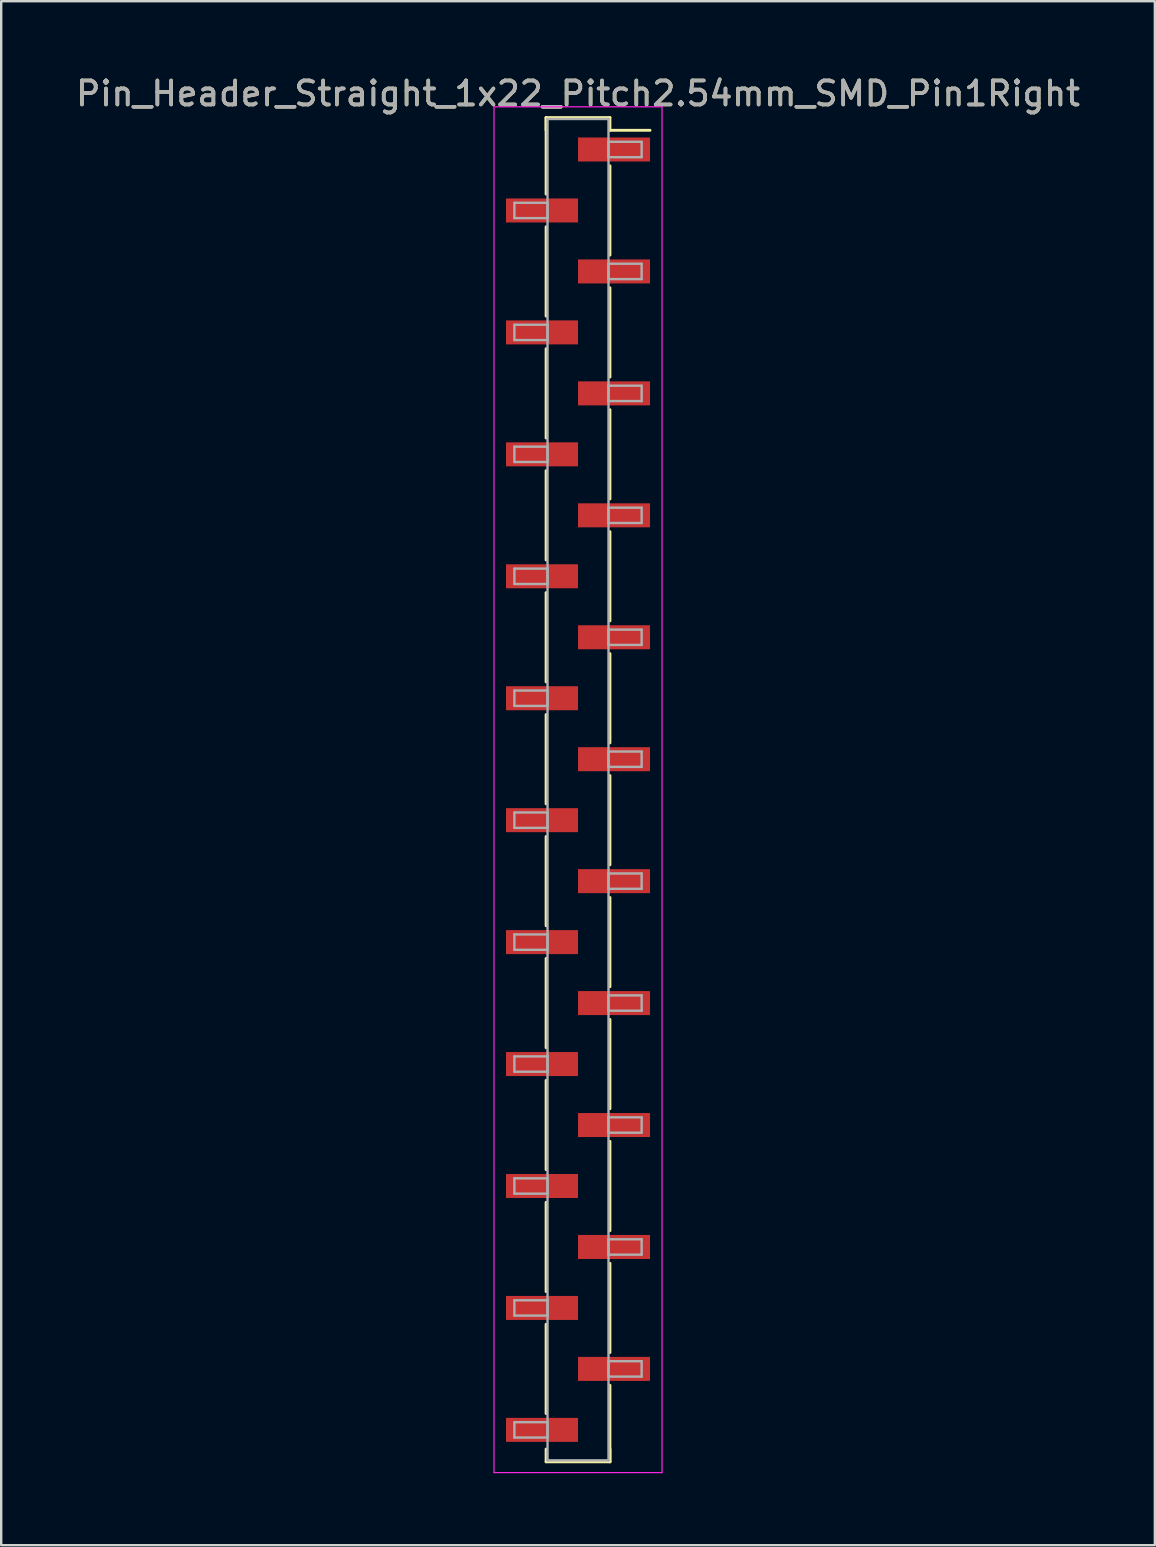
<source format=kicad_pcb>
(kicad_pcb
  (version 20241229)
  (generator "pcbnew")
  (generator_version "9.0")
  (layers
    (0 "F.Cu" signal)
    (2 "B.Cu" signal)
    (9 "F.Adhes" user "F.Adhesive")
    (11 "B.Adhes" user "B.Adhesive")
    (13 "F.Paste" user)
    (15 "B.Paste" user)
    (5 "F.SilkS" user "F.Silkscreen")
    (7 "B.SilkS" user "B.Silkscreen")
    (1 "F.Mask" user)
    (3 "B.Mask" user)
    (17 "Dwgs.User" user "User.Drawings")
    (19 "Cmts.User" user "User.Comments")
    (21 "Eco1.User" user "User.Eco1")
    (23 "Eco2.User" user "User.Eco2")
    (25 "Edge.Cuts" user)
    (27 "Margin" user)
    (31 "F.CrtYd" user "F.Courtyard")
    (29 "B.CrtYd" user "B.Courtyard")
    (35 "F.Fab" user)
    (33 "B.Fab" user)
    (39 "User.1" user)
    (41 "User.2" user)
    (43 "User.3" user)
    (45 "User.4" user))
  (footprint "Pin_Header_Straight_1x22_Pitch2.54mm_SMD_Pin1Right"
    (layer "F.Cu")
    (at 21.03 29.848)
    (property "Reference" "Pin_Header_Straight_1x22_Pitch2.54mm_SMD_Pin1Right" (at 0 -29 0) (layer "F.SilkS") (effects (font (size 1 1) (thickness 0.15))))
    (attr smd)
    (fp_line (start -1.33 -28) (end -1.33 -24.81) (stroke (width 0.12) (type solid)) (layer "F.SilkS"))
    (fp_line (start -1.33 -28) (end 1.33 -28) (stroke (width 0.12) (type solid)) (layer "F.SilkS"))
    (fp_line (start -1.33 -27.47) (end -1.33 -28) (stroke (width 0.12) (type solid)) (layer "F.SilkS"))
    (fp_line (start -1.33 -23.45) (end -1.33 -19.73) (stroke (width 0.12) (type solid)) (layer "F.SilkS"))
    (fp_line (start -1.33 -18.37) (end -1.33 -14.65) (stroke (width 0.12) (type solid)) (layer "F.SilkS"))
    (fp_line (start -1.33 -13.29) (end -1.33 -9.57) (stroke (width 0.12) (type solid)) (layer "F.SilkS"))
    (fp_line (start -1.33 -8.21) (end -1.33 -4.49) (stroke (width 0.12) (type solid)) (layer "F.SilkS"))
    (fp_line (start -1.33 -3.13) (end -1.33 0.59) (stroke (width 0.12) (type solid)) (layer "F.SilkS"))
    (fp_line (start -1.33 1.95) (end -1.33 5.67) (stroke (width 0.12) (type solid)) (layer "F.SilkS"))
    (fp_line (start -1.33 7.03) (end -1.33 10.75) (stroke (width 0.12) (type solid)) (layer "F.SilkS"))
    (fp_line (start -1.33 12.11) (end -1.33 15.83) (stroke (width 0.12) (type solid)) (layer "F.SilkS"))
    (fp_line (start -1.33 17.19) (end -1.33 20.91) (stroke (width 0.12) (type solid)) (layer "F.SilkS"))
    (fp_line (start -1.33 22.27) (end -1.33 25.99) (stroke (width 0.12) (type solid)) (layer "F.SilkS"))
    (fp_line (start -1.33 27.47) (end -1.33 28) (stroke (width 0.12) (type solid)) (layer "F.SilkS"))
    (fp_line (start -1.33 28) (end 1.33 28) (stroke (width 0.12) (type solid)) (layer "F.SilkS"))
    (fp_line (start 1.33 -28) (end 1.33 -27.47) (stroke (width 0.12) (type solid)) (layer "F.SilkS"))
    (fp_line (start 1.33 -27.47) (end 3 -27.47) (stroke (width 0.12) (type solid)) (layer "F.SilkS"))
    (fp_line (start 1.33 -25.99) (end 1.33 -22.27) (stroke (width 0.12) (type solid)) (layer "F.SilkS"))
    (fp_line (start 1.33 -20.91) (end 1.33 -17.19) (stroke (width 0.12) (type solid)) (layer "F.SilkS"))
    (fp_line (start 1.33 -15.83) (end 1.33 -12.11) (stroke (width 0.12) (type solid)) (layer "F.SilkS"))
    (fp_line (start 1.33 -10.75) (end 1.33 -7.03) (stroke (width 0.12) (type solid)) (layer "F.SilkS"))
    (fp_line (start 1.33 -5.67) (end 1.33 -1.95) (stroke (width 0.12) (type solid)) (layer "F.SilkS"))
    (fp_line (start 1.33 -0.59) (end 1.33 3.13) (stroke (width 0.12) (type solid)) (layer "F.SilkS"))
    (fp_line (start 1.33 4.49) (end 1.33 8.21) (stroke (width 0.12) (type solid)) (layer "F.SilkS"))
    (fp_line (start 1.33 9.57) (end 1.33 13.29) (stroke (width 0.12) (type solid)) (layer "F.SilkS"))
    (fp_line (start 1.33 14.65) (end 1.33 18.37) (stroke (width 0.12) (type solid)) (layer "F.SilkS"))
    (fp_line (start 1.33 19.73) (end 1.33 23.45) (stroke (width 0.12) (type solid)) (layer "F.SilkS"))
    (fp_line (start 1.33 24.81) (end 1.33 28) (stroke (width 0.12) (type solid)) (layer "F.SilkS"))
    (fp_line (start 1.33 28) (end 1.33 27.47) (stroke (width 0.12) (type solid)) (layer "F.SilkS"))
    (fp_line (start -3.5 -28.45) (end -3.5 28.45) (stroke (width 0.05) (type solid)) (layer "F.CrtYd"))
    (fp_line (start -3.5 28.45) (end 3.5 28.45) (stroke (width 0.05) (type solid)) (layer "F.CrtYd"))
    (fp_line (start 3.5 -28.45) (end -3.5 -28.45) (stroke (width 0.05) (type solid)) (layer "F.CrtYd"))
    (fp_line (start 3.5 28.45) (end 3.5 -28.45) (stroke (width 0.05) (type solid)) (layer "F.CrtYd"))
    (fp_line (start -2.65 -24.45) (end -1.27 -24.45) (stroke (width 0.1) (type solid)) (layer "F.Fab"))
    (fp_line (start -2.65 -23.81) (end -2.65 -24.45) (stroke (width 0.1) (type solid)) (layer "F.Fab"))
    (fp_line (start -2.65 -19.37) (end -1.27 -19.37) (stroke (width 0.1) (type solid)) (layer "F.Fab"))
    (fp_line (start -2.65 -18.73) (end -2.65 -19.37) (stroke (width 0.1) (type solid)) (layer "F.Fab"))
    (fp_line (start -2.65 -14.29) (end -1.27 -14.29) (stroke (width 0.1) (type solid)) (layer "F.Fab"))
    (fp_line (start -2.65 -13.65) (end -2.65 -14.29) (stroke (width 0.1) (type solid)) (layer "F.Fab"))
    (fp_line (start -2.65 -9.21) (end -1.27 -9.21) (stroke (width 0.1) (type solid)) (layer "F.Fab"))
    (fp_line (start -2.65 -8.57) (end -2.65 -9.21) (stroke (width 0.1) (type solid)) (layer "F.Fab"))
    (fp_line (start -2.65 -4.13) (end -1.27 -4.13) (stroke (width 0.1) (type solid)) (layer "F.Fab"))
    (fp_line (start -2.65 -3.49) (end -2.65 -4.13) (stroke (width 0.1) (type solid)) (layer "F.Fab"))
    (fp_line (start -2.65 0.95) (end -1.27 0.95) (stroke (width 0.1) (type solid)) (layer "F.Fab"))
    (fp_line (start -2.65 1.59) (end -2.65 0.95) (stroke (width 0.1) (type solid)) (layer "F.Fab"))
    (fp_line (start -2.65 6.03) (end -1.27 6.03) (stroke (width 0.1) (type solid)) (layer "F.Fab"))
    (fp_line (start -2.65 6.67) (end -2.65 6.03) (stroke (width 0.1) (type solid)) (layer "F.Fab"))
    (fp_line (start -2.65 11.11) (end -1.27 11.11) (stroke (width 0.1) (type solid)) (layer "F.Fab"))
    (fp_line (start -2.65 11.75) (end -2.65 11.11) (stroke (width 0.1) (type solid)) (layer "F.Fab"))
    (fp_line (start -2.65 16.19) (end -1.27 16.19) (stroke (width 0.1) (type solid)) (layer "F.Fab"))
    (fp_line (start -2.65 16.83) (end -2.65 16.19) (stroke (width 0.1) (type solid)) (layer "F.Fab"))
    (fp_line (start -2.65 21.27) (end -1.27 21.27) (stroke (width 0.1) (type solid)) (layer "F.Fab"))
    (fp_line (start -2.65 21.91) (end -2.65 21.27) (stroke (width 0.1) (type solid)) (layer "F.Fab"))
    (fp_line (start -2.65 26.35) (end -1.27 26.35) (stroke (width 0.1) (type solid)) (layer "F.Fab"))
    (fp_line (start -2.65 26.99) (end -2.65 26.35) (stroke (width 0.1) (type solid)) (layer "F.Fab"))
    (fp_line (start -1.27 -27.94) (end -1.27 27.94) (stroke (width 0.1) (type solid)) (layer "F.Fab"))
    (fp_line (start -1.27 -24.45) (end -1.27 -23.81) (stroke (width 0.1) (type solid)) (layer "F.Fab"))
    (fp_line (start -1.27 -23.81) (end -2.65 -23.81) (stroke (width 0.1) (type solid)) (layer "F.Fab"))
    (fp_line (start -1.27 -19.37) (end -1.27 -18.73) (stroke (width 0.1) (type solid)) (layer "F.Fab"))
    (fp_line (start -1.27 -18.73) (end -2.65 -18.73) (stroke (width 0.1) (type solid)) (layer "F.Fab"))
    (fp_line (start -1.27 -14.29) (end -1.27 -13.65) (stroke (width 0.1) (type solid)) (layer "F.Fab"))
    (fp_line (start -1.27 -13.65) (end -2.65 -13.65) (stroke (width 0.1) (type solid)) (layer "F.Fab"))
    (fp_line (start -1.27 -9.21) (end -1.27 -8.57) (stroke (width 0.1) (type solid)) (layer "F.Fab"))
    (fp_line (start -1.27 -8.57) (end -2.65 -8.57) (stroke (width 0.1) (type solid)) (layer "F.Fab"))
    (fp_line (start -1.27 -4.13) (end -1.27 -3.49) (stroke (width 0.1) (type solid)) (layer "F.Fab"))
    (fp_line (start -1.27 -3.49) (end -2.65 -3.49) (stroke (width 0.1) (type solid)) (layer "F.Fab"))
    (fp_line (start -1.27 0.95) (end -1.27 1.59) (stroke (width 0.1) (type solid)) (layer "F.Fab"))
    (fp_line (start -1.27 1.59) (end -2.65 1.59) (stroke (width 0.1) (type solid)) (layer "F.Fab"))
    (fp_line (start -1.27 6.03) (end -1.27 6.67) (stroke (width 0.1) (type solid)) (layer "F.Fab"))
    (fp_line (start -1.27 6.67) (end -2.65 6.67) (stroke (width 0.1) (type solid)) (layer "F.Fab"))
    (fp_line (start -1.27 11.11) (end -1.27 11.75) (stroke (width 0.1) (type solid)) (layer "F.Fab"))
    (fp_line (start -1.27 11.75) (end -2.65 11.75) (stroke (width 0.1) (type solid)) (layer "F.Fab"))
    (fp_line (start -1.27 16.19) (end -1.27 16.83) (stroke (width 0.1) (type solid)) (layer "F.Fab"))
    (fp_line (start -1.27 16.83) (end -2.65 16.83) (stroke (width 0.1) (type solid)) (layer "F.Fab"))
    (fp_line (start -1.27 21.27) (end -1.27 21.91) (stroke (width 0.1) (type solid)) (layer "F.Fab"))
    (fp_line (start -1.27 21.91) (end -2.65 21.91) (stroke (width 0.1) (type solid)) (layer "F.Fab"))
    (fp_line (start -1.27 26.35) (end -1.27 26.99) (stroke (width 0.1) (type solid)) (layer "F.Fab"))
    (fp_line (start -1.27 26.99) (end -2.65 26.99) (stroke (width 0.1) (type solid)) (layer "F.Fab"))
    (fp_line (start -1.27 27.94) (end 1.27 27.94) (stroke (width 0.1) (type solid)) (layer "F.Fab"))
    (fp_line (start 1.27 -27.94) (end -1.27 -27.94) (stroke (width 0.1) (type solid)) (layer "F.Fab"))
    (fp_line (start 1.27 -26.99) (end 1.27 -26.35) (stroke (width 0.1) (type solid)) (layer "F.Fab"))
    (fp_line (start 1.27 -26.35) (end 2.65 -26.35) (stroke (width 0.1) (type solid)) (layer "F.Fab"))
    (fp_line (start 1.27 -21.91) (end 1.27 -21.27) (stroke (width 0.1) (type solid)) (layer "F.Fab"))
    (fp_line (start 1.27 -21.27) (end 2.65 -21.27) (stroke (width 0.1) (type solid)) (layer "F.Fab"))
    (fp_line (start 1.27 -16.83) (end 1.27 -16.19) (stroke (width 0.1) (type solid)) (layer "F.Fab"))
    (fp_line (start 1.27 -16.19) (end 2.65 -16.19) (stroke (width 0.1) (type solid)) (layer "F.Fab"))
    (fp_line (start 1.27 -11.75) (end 1.27 -11.11) (stroke (width 0.1) (type solid)) (layer "F.Fab"))
    (fp_line (start 1.27 -11.11) (end 2.65 -11.11) (stroke (width 0.1) (type solid)) (layer "F.Fab"))
    (fp_line (start 1.27 -6.67) (end 1.27 -6.03) (stroke (width 0.1) (type solid)) (layer "F.Fab"))
    (fp_line (start 1.27 -6.03) (end 2.65 -6.03) (stroke (width 0.1) (type solid)) (layer "F.Fab"))
    (fp_line (start 1.27 -1.59) (end 1.27 -0.95) (stroke (width 0.1) (type solid)) (layer "F.Fab"))
    (fp_line (start 1.27 -0.95) (end 2.65 -0.95) (stroke (width 0.1) (type solid)) (layer "F.Fab"))
    (fp_line (start 1.27 3.49) (end 1.27 4.13) (stroke (width 0.1) (type solid)) (layer "F.Fab"))
    (fp_line (start 1.27 4.13) (end 2.65 4.13) (stroke (width 0.1) (type solid)) (layer "F.Fab"))
    (fp_line (start 1.27 8.57) (end 1.27 9.21) (stroke (width 0.1) (type solid)) (layer "F.Fab"))
    (fp_line (start 1.27 9.21) (end 2.65 9.21) (stroke (width 0.1) (type solid)) (layer "F.Fab"))
    (fp_line (start 1.27 13.65) (end 1.27 14.29) (stroke (width 0.1) (type solid)) (layer "F.Fab"))
    (fp_line (start 1.27 14.29) (end 2.65 14.29) (stroke (width 0.1) (type solid)) (layer "F.Fab"))
    (fp_line (start 1.27 18.73) (end 1.27 19.37) (stroke (width 0.1) (type solid)) (layer "F.Fab"))
    (fp_line (start 1.27 19.37) (end 2.65 19.37) (stroke (width 0.1) (type solid)) (layer "F.Fab"))
    (fp_line (start 1.27 23.81) (end 1.27 24.45) (stroke (width 0.1) (type solid)) (layer "F.Fab"))
    (fp_line (start 1.27 24.45) (end 2.65 24.45) (stroke (width 0.1) (type solid)) (layer "F.Fab"))
    (fp_line (start 1.27 27.94) (end 1.27 -27.94) (stroke (width 0.1) (type solid)) (layer "F.Fab"))
    (fp_line (start 2.65 -26.99) (end 1.27 -26.99) (stroke (width 0.1) (type solid)) (layer "F.Fab"))
    (fp_line (start 2.65 -26.35) (end 2.65 -26.99) (stroke (width 0.1) (type solid)) (layer "F.Fab"))
    (fp_line (start 2.65 -21.91) (end 1.27 -21.91) (stroke (width 0.1) (type solid)) (layer "F.Fab"))
    (fp_line (start 2.65 -21.27) (end 2.65 -21.91) (stroke (width 0.1) (type solid)) (layer "F.Fab"))
    (fp_line (start 2.65 -16.83) (end 1.27 -16.83) (stroke (width 0.1) (type solid)) (layer "F.Fab"))
    (fp_line (start 2.65 -16.19) (end 2.65 -16.83) (stroke (width 0.1) (type solid)) (layer "F.Fab"))
    (fp_line (start 2.65 -11.75) (end 1.27 -11.75) (stroke (width 0.1) (type solid)) (layer "F.Fab"))
    (fp_line (start 2.65 -11.11) (end 2.65 -11.75) (stroke (width 0.1) (type solid)) (layer "F.Fab"))
    (fp_line (start 2.65 -6.67) (end 1.27 -6.67) (stroke (width 0.1) (type solid)) (layer "F.Fab"))
    (fp_line (start 2.65 -6.03) (end 2.65 -6.67) (stroke (width 0.1) (type solid)) (layer "F.Fab"))
    (fp_line (start 2.65 -1.59) (end 1.27 -1.59) (stroke (width 0.1) (type solid)) (layer "F.Fab"))
    (fp_line (start 2.65 -0.95) (end 2.65 -1.59) (stroke (width 0.1) (type solid)) (layer "F.Fab"))
    (fp_line (start 2.65 3.49) (end 1.27 3.49) (stroke (width 0.1) (type solid)) (layer "F.Fab"))
    (fp_line (start 2.65 4.13) (end 2.65 3.49) (stroke (width 0.1) (type solid)) (layer "F.Fab"))
    (fp_line (start 2.65 8.57) (end 1.27 8.57) (stroke (width 0.1) (type solid)) (layer "F.Fab"))
    (fp_line (start 2.65 9.21) (end 2.65 8.57) (stroke (width 0.1) (type solid)) (layer "F.Fab"))
    (fp_line (start 2.65 13.65) (end 1.27 13.65) (stroke (width 0.1) (type solid)) (layer "F.Fab"))
    (fp_line (start 2.65 14.29) (end 2.65 13.65) (stroke (width 0.1) (type solid)) (layer "F.Fab"))
    (fp_line (start 2.65 18.73) (end 1.27 18.73) (stroke (width 0.1) (type solid)) (layer "F.Fab"))
    (fp_line (start 2.65 19.37) (end 2.65 18.73) (stroke (width 0.1) (type solid)) (layer "F.Fab"))
    (fp_line (start 2.65 23.81) (end 1.27 23.81) (stroke (width 0.1) (type solid)) (layer "F.Fab"))
    (fp_line (start 2.65 24.45) (end 2.65 23.81) (stroke (width 0.1) (type solid)) (layer "F.Fab"))
    (fp_text user "${REFERENCE}" (at 0 -29 0) (layer "F.Fab") (effects (font (size 1 1) (thickness 0.15))))
    (pad "1" smd rect (at 1.5 -26.67) (size 3 1) (layers "F.Cu" "F.Mask" "F.Paste"))
    (pad "2" smd rect (at -1.5 -24.13) (size 3 1) (layers "F.Cu" "F.Mask" "F.Paste"))
    (pad "3" smd rect (at 1.5 -21.59) (size 3 1) (layers "F.Cu" "F.Mask" "F.Paste"))
    (pad "4" smd rect (at -1.5 -19.05) (size 3 1) (layers "F.Cu" "F.Mask" "F.Paste"))
    (pad "5" smd rect (at 1.5 -16.51) (size 3 1) (layers "F.Cu" "F.Mask" "F.Paste"))
    (pad "6" smd rect (at -1.5 -13.97) (size 3 1) (layers "F.Cu" "F.Mask" "F.Paste"))
    (pad "7" smd rect (at 1.5 -11.43) (size 3 1) (layers "F.Cu" "F.Mask" "F.Paste"))
    (pad "8" smd rect (at -1.5 -8.89) (size 3 1) (layers "F.Cu" "F.Mask" "F.Paste"))
    (pad "9" smd rect (at 1.5 -6.35) (size 3 1) (layers "F.Cu" "F.Mask" "F.Paste"))
    (pad "10" smd rect (at -1.5 -3.81) (size 3 1) (layers "F.Cu" "F.Mask" "F.Paste"))
    (pad "11" smd rect (at 1.5 -1.27) (size 3 1) (layers "F.Cu" "F.Mask" "F.Paste"))
    (pad "12" smd rect (at -1.5 1.27) (size 3 1) (layers "F.Cu" "F.Mask" "F.Paste"))
    (pad "13" smd rect (at 1.5 3.81) (size 3 1) (layers "F.Cu" "F.Mask" "F.Paste"))
    (pad "14" smd rect (at -1.5 6.35) (size 3 1) (layers "F.Cu" "F.Mask" "F.Paste"))
    (pad "15" smd rect (at 1.5 8.89) (size 3 1) (layers "F.Cu" "F.Mask" "F.Paste"))
    (pad "16" smd rect (at -1.5 11.43) (size 3 1) (layers "F.Cu" "F.Mask" "F.Paste"))
    (pad "17" smd rect (at 1.5 13.97) (size 3 1) (layers "F.Cu" "F.Mask" "F.Paste"))
    (pad "18" smd rect (at -1.5 16.51) (size 3 1) (layers "F.Cu" "F.Mask" "F.Paste"))
    (pad "19" smd rect (at 1.5 19.05) (size 3 1) (layers "F.Cu" "F.Mask" "F.Paste"))
    (pad "20" smd rect (at -1.5 21.59) (size 3 1) (layers "F.Cu" "F.Mask" "F.Paste"))
    (pad "21" smd rect (at 1.5 24.13) (size 3 1) (layers "F.Cu" "F.Mask" "F.Paste"))
    (pad "22" smd rect (at -1.5 26.67) (size 3 1) (layers "F.Cu" "F.Mask" "F.Paste")))
  (gr_rect
    (start -3 -3)
    (end 45.06 61.323)
    (stroke (width 0.1) (type default))
    (fill no)
    (layer "Edge.Cuts")))
</source>
